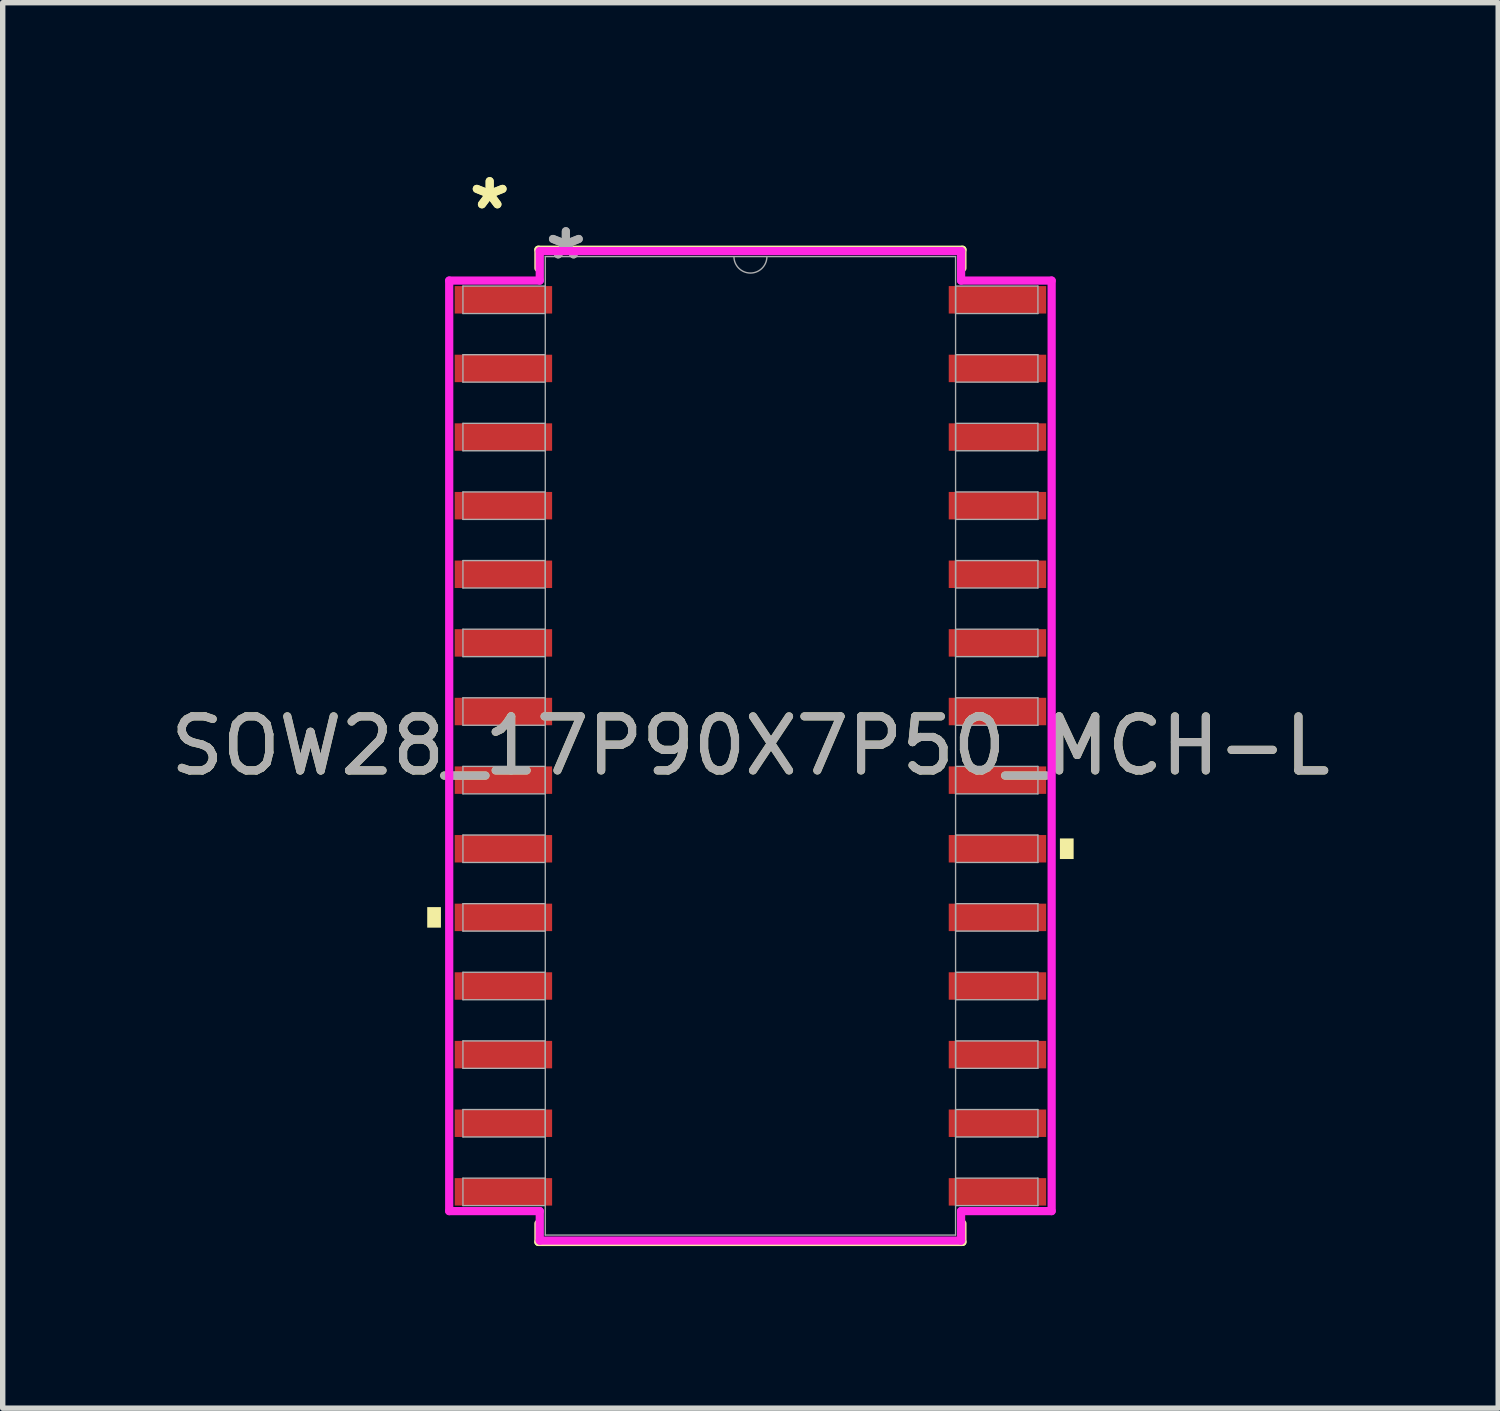
<source format=kicad_pcb>
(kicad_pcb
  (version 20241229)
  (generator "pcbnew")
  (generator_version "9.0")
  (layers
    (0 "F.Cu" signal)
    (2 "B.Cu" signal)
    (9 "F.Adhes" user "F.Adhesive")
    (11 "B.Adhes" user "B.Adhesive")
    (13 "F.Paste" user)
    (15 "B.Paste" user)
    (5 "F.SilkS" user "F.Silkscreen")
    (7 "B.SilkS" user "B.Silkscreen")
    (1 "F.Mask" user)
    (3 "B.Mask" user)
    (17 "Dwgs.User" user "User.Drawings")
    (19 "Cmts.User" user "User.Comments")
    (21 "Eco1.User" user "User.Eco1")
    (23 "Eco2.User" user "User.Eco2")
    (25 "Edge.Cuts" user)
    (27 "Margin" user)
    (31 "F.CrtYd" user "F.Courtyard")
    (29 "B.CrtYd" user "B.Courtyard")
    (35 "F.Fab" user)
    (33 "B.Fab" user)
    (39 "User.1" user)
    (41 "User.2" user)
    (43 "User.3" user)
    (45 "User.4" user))
  (footprint "SOW28_17P90X7P50_MCH-L"
    (layer "F.Cu")
    (at 10.839 10.754)
    (property "Reference" "SOW28_17P90X7P50_MCH-L" (at 0 0 0) (unlocked yes) (layer "F.SilkS") (effects (font (size 1 1) (thickness 0.15))))
    (attr smd)
    (fp_line (start -3.924 -9.182) (end -3.924 -8.842) (stroke (width 0.152) (type solid)) (layer "F.SilkS"))
    (fp_line (start -3.924 8.842) (end -3.924 9.182) (stroke (width 0.152) (type solid)) (layer "F.SilkS"))
    (fp_line (start -3.924 9.182) (end 3.924 9.182) (stroke (width 0.152) (type solid)) (layer "F.SilkS"))
    (fp_line (start 3.924 -9.182) (end -3.924 -9.182) (stroke (width 0.152) (type solid)) (layer "F.SilkS"))
    (fp_line (start 3.924 -8.842) (end 3.924 -9.182) (stroke (width 0.152) (type solid)) (layer "F.SilkS"))
    (fp_line (start 3.924 9.182) (end 3.924 8.842) (stroke (width 0.152) (type solid)) (layer "F.SilkS"))
    (fp_poly (pts (xy -5.982 2.985) (xy -5.982 3.365) (xy -5.728 3.365) (xy -5.728 2.985)) (stroke (width 0) (type solid)) (fill yes) (layer "F.SilkS"))
    (fp_poly (pts (xy 5.982 1.714) (xy 5.982 2.095) (xy 5.728 2.095) (xy 5.728 1.714)) (stroke (width 0) (type solid)) (fill yes) (layer "F.SilkS"))
    (fp_line (start -5.575 -8.611) (end -3.899 -8.611) (stroke (width 0.152) (type solid)) (layer "F.CrtYd"))
    (fp_line (start -5.575 8.611) (end -5.575 -8.611) (stroke (width 0.152) (type solid)) (layer "F.CrtYd"))
    (fp_line (start -5.575 8.611) (end -3.899 8.611) (stroke (width 0.152) (type solid)) (layer "F.CrtYd"))
    (fp_line (start -3.899 -9.157) (end 3.899 -9.157) (stroke (width 0.152) (type solid)) (layer "F.CrtYd"))
    (fp_line (start -3.899 -8.611) (end -3.899 -9.157) (stroke (width 0.152) (type solid)) (layer "F.CrtYd"))
    (fp_line (start -3.899 9.157) (end -3.899 8.611) (stroke (width 0.152) (type solid)) (layer "F.CrtYd"))
    (fp_line (start 3.899 -9.157) (end 3.899 -8.611) (stroke (width 0.152) (type solid)) (layer "F.CrtYd"))
    (fp_line (start 3.899 8.611) (end 3.899 9.157) (stroke (width 0.152) (type solid)) (layer "F.CrtYd"))
    (fp_line (start 3.899 9.157) (end -3.899 9.157) (stroke (width 0.152) (type solid)) (layer "F.CrtYd"))
    (fp_line (start 5.575 -8.611) (end 3.899 -8.611) (stroke (width 0.152) (type solid)) (layer "F.CrtYd"))
    (fp_line (start 5.575 -8.611) (end 5.575 8.611) (stroke (width 0.152) (type solid)) (layer "F.CrtYd"))
    (fp_line (start 5.575 8.611) (end 3.899 8.611) (stroke (width 0.152) (type solid)) (layer "F.CrtYd"))
    (fp_line (start -5.321 -8.509) (end -5.321 -8.001) (stroke (width 0.025) (type solid)) (layer "F.Fab"))
    (fp_line (start -5.321 -8.001) (end -3.797 -8.001) (stroke (width 0.025) (type solid)) (layer "F.Fab"))
    (fp_line (start -5.321 -7.239) (end -5.321 -6.731) (stroke (width 0.025) (type solid)) (layer "F.Fab"))
    (fp_line (start -5.321 -6.731) (end -3.797 -6.731) (stroke (width 0.025) (type solid)) (layer "F.Fab"))
    (fp_line (start -5.321 -5.969) (end -5.321 -5.461) (stroke (width 0.025) (type solid)) (layer "F.Fab"))
    (fp_line (start -5.321 -5.461) (end -3.797 -5.461) (stroke (width 0.025) (type solid)) (layer "F.Fab"))
    (fp_line (start -5.321 -4.699) (end -5.321 -4.191) (stroke (width 0.025) (type solid)) (layer "F.Fab"))
    (fp_line (start -5.321 -4.191) (end -3.797 -4.191) (stroke (width 0.025) (type solid)) (layer "F.Fab"))
    (fp_line (start -5.321 -3.429) (end -5.321 -2.921) (stroke (width 0.025) (type solid)) (layer "F.Fab"))
    (fp_line (start -5.321 -2.921) (end -3.797 -2.921) (stroke (width 0.025) (type solid)) (layer "F.Fab"))
    (fp_line (start -5.321 -2.159) (end -5.321 -1.651) (stroke (width 0.025) (type solid)) (layer "F.Fab"))
    (fp_line (start -5.321 -1.651) (end -3.797 -1.651) (stroke (width 0.025) (type solid)) (layer "F.Fab"))
    (fp_line (start -5.321 -0.889) (end -5.321 -0.381) (stroke (width 0.025) (type solid)) (layer "F.Fab"))
    (fp_line (start -5.321 -0.381) (end -3.797 -0.381) (stroke (width 0.025) (type solid)) (layer "F.Fab"))
    (fp_line (start -5.321 0.381) (end -5.321 0.889) (stroke (width 0.025) (type solid)) (layer "F.Fab"))
    (fp_line (start -5.321 0.889) (end -3.797 0.889) (stroke (width 0.025) (type solid)) (layer "F.Fab"))
    (fp_line (start -5.321 1.651) (end -5.321 2.159) (stroke (width 0.025) (type solid)) (layer "F.Fab"))
    (fp_line (start -5.321 2.159) (end -3.797 2.159) (stroke (width 0.025) (type solid)) (layer "F.Fab"))
    (fp_line (start -5.321 2.921) (end -5.321 3.429) (stroke (width 0.025) (type solid)) (layer "F.Fab"))
    (fp_line (start -5.321 3.429) (end -3.797 3.429) (stroke (width 0.025) (type solid)) (layer "F.Fab"))
    (fp_line (start -5.321 4.191) (end -5.321 4.699) (stroke (width 0.025) (type solid)) (layer "F.Fab"))
    (fp_line (start -5.321 4.699) (end -3.797 4.699) (stroke (width 0.025) (type solid)) (layer "F.Fab"))
    (fp_line (start -5.321 5.461) (end -5.321 5.969) (stroke (width 0.025) (type solid)) (layer "F.Fab"))
    (fp_line (start -5.321 5.969) (end -3.797 5.969) (stroke (width 0.025) (type solid)) (layer "F.Fab"))
    (fp_line (start -5.321 6.731) (end -5.321 7.239) (stroke (width 0.025) (type solid)) (layer "F.Fab"))
    (fp_line (start -5.321 7.239) (end -3.797 7.239) (stroke (width 0.025) (type solid)) (layer "F.Fab"))
    (fp_line (start -5.321 8.001) (end -5.321 8.509) (stroke (width 0.025) (type solid)) (layer "F.Fab"))
    (fp_line (start -5.321 8.509) (end -3.797 8.509) (stroke (width 0.025) (type solid)) (layer "F.Fab"))
    (fp_line (start -3.797 -9.055) (end -3.797 9.055) (stroke (width 0.025) (type solid)) (layer "F.Fab"))
    (fp_line (start -3.797 -8.509) (end -5.321 -8.509) (stroke (width 0.025) (type solid)) (layer "F.Fab"))
    (fp_line (start -3.797 -8.001) (end -3.797 -8.509) (stroke (width 0.025) (type solid)) (layer "F.Fab"))
    (fp_line (start -3.797 -7.239) (end -5.321 -7.239) (stroke (width 0.025) (type solid)) (layer "F.Fab"))
    (fp_line (start -3.797 -6.731) (end -3.797 -7.239) (stroke (width 0.025) (type solid)) (layer "F.Fab"))
    (fp_line (start -3.797 -5.969) (end -5.321 -5.969) (stroke (width 0.025) (type solid)) (layer "F.Fab"))
    (fp_line (start -3.797 -5.461) (end -3.797 -5.969) (stroke (width 0.025) (type solid)) (layer "F.Fab"))
    (fp_line (start -3.797 -4.699) (end -5.321 -4.699) (stroke (width 0.025) (type solid)) (layer "F.Fab"))
    (fp_line (start -3.797 -4.191) (end -3.797 -4.699) (stroke (width 0.025) (type solid)) (layer "F.Fab"))
    (fp_line (start -3.797 -3.429) (end -5.321 -3.429) (stroke (width 0.025) (type solid)) (layer "F.Fab"))
    (fp_line (start -3.797 -2.921) (end -3.797 -3.429) (stroke (width 0.025) (type solid)) (layer "F.Fab"))
    (fp_line (start -3.797 -2.159) (end -5.321 -2.159) (stroke (width 0.025) (type solid)) (layer "F.Fab"))
    (fp_line (start -3.797 -1.651) (end -3.797 -2.159) (stroke (width 0.025) (type solid)) (layer "F.Fab"))
    (fp_line (start -3.797 -0.889) (end -5.321 -0.889) (stroke (width 0.025) (type solid)) (layer "F.Fab"))
    (fp_line (start -3.797 -0.381) (end -3.797 -0.889) (stroke (width 0.025) (type solid)) (layer "F.Fab"))
    (fp_line (start -3.797 0.381) (end -5.321 0.381) (stroke (width 0.025) (type solid)) (layer "F.Fab"))
    (fp_line (start -3.797 0.889) (end -3.797 0.381) (stroke (width 0.025) (type solid)) (layer "F.Fab"))
    (fp_line (start -3.797 1.651) (end -5.321 1.651) (stroke (width 0.025) (type solid)) (layer "F.Fab"))
    (fp_line (start -3.797 2.159) (end -3.797 1.651) (stroke (width 0.025) (type solid)) (layer "F.Fab"))
    (fp_line (start -3.797 2.921) (end -5.321 2.921) (stroke (width 0.025) (type solid)) (layer "F.Fab"))
    (fp_line (start -3.797 3.429) (end -3.797 2.921) (stroke (width 0.025) (type solid)) (layer "F.Fab"))
    (fp_line (start -3.797 4.191) (end -5.321 4.191) (stroke (width 0.025) (type solid)) (layer "F.Fab"))
    (fp_line (start -3.797 4.699) (end -3.797 4.191) (stroke (width 0.025) (type solid)) (layer "F.Fab"))
    (fp_line (start -3.797 5.461) (end -5.321 5.461) (stroke (width 0.025) (type solid)) (layer "F.Fab"))
    (fp_line (start -3.797 5.969) (end -3.797 5.461) (stroke (width 0.025) (type solid)) (layer "F.Fab"))
    (fp_line (start -3.797 6.731) (end -5.321 6.731) (stroke (width 0.025) (type solid)) (layer "F.Fab"))
    (fp_line (start -3.797 7.239) (end -3.797 6.731) (stroke (width 0.025) (type solid)) (layer "F.Fab"))
    (fp_line (start -3.797 8.001) (end -5.321 8.001) (stroke (width 0.025) (type solid)) (layer "F.Fab"))
    (fp_line (start -3.797 8.509) (end -3.797 8.001) (stroke (width 0.025) (type solid)) (layer "F.Fab"))
    (fp_line (start -3.797 9.055) (end 3.797 9.055) (stroke (width 0.025) (type solid)) (layer "F.Fab"))
    (fp_line (start 3.797 -9.055) (end -3.797 -9.055) (stroke (width 0.025) (type solid)) (layer "F.Fab"))
    (fp_line (start 3.797 -8.509) (end 3.797 -8.001) (stroke (width 0.025) (type solid)) (layer "F.Fab"))
    (fp_line (start 3.797 -8.001) (end 5.321 -8.001) (stroke (width 0.025) (type solid)) (layer "F.Fab"))
    (fp_line (start 3.797 -7.239) (end 3.797 -6.731) (stroke (width 0.025) (type solid)) (layer "F.Fab"))
    (fp_line (start 3.797 -6.731) (end 5.321 -6.731) (stroke (width 0.025) (type solid)) (layer "F.Fab"))
    (fp_line (start 3.797 -5.969) (end 3.797 -5.461) (stroke (width 0.025) (type solid)) (layer "F.Fab"))
    (fp_line (start 3.797 -5.461) (end 5.321 -5.461) (stroke (width 0.025) (type solid)) (layer "F.Fab"))
    (fp_line (start 3.797 -4.699) (end 3.797 -4.191) (stroke (width 0.025) (type solid)) (layer "F.Fab"))
    (fp_line (start 3.797 -4.191) (end 5.321 -4.191) (stroke (width 0.025) (type solid)) (layer "F.Fab"))
    (fp_line (start 3.797 -3.429) (end 3.797 -2.921) (stroke (width 0.025) (type solid)) (layer "F.Fab"))
    (fp_line (start 3.797 -2.921) (end 5.321 -2.921) (stroke (width 0.025) (type solid)) (layer "F.Fab"))
    (fp_line (start 3.797 -2.159) (end 3.797 -1.651) (stroke (width 0.025) (type solid)) (layer "F.Fab"))
    (fp_line (start 3.797 -1.651) (end 5.321 -1.651) (stroke (width 0.025) (type solid)) (layer "F.Fab"))
    (fp_line (start 3.797 -0.889) (end 3.797 -0.381) (stroke (width 0.025) (type solid)) (layer "F.Fab"))
    (fp_line (start 3.797 -0.381) (end 5.321 -0.381) (stroke (width 0.025) (type solid)) (layer "F.Fab"))
    (fp_line (start 3.797 0.381) (end 3.797 0.889) (stroke (width 0.025) (type solid)) (layer "F.Fab"))
    (fp_line (start 3.797 0.889) (end 5.321 0.889) (stroke (width 0.025) (type solid)) (layer "F.Fab"))
    (fp_line (start 3.797 1.651) (end 3.797 2.159) (stroke (width 0.025) (type solid)) (layer "F.Fab"))
    (fp_line (start 3.797 2.159) (end 5.321 2.159) (stroke (width 0.025) (type solid)) (layer "F.Fab"))
    (fp_line (start 3.797 2.921) (end 3.797 3.429) (stroke (width 0.025) (type solid)) (layer "F.Fab"))
    (fp_line (start 3.797 3.429) (end 5.321 3.429) (stroke (width 0.025) (type solid)) (layer "F.Fab"))
    (fp_line (start 3.797 4.191) (end 3.797 4.699) (stroke (width 0.025) (type solid)) (layer "F.Fab"))
    (fp_line (start 3.797 4.699) (end 5.321 4.699) (stroke (width 0.025) (type solid)) (layer "F.Fab"))
    (fp_line (start 3.797 5.461) (end 3.797 5.969) (stroke (width 0.025) (type solid)) (layer "F.Fab"))
    (fp_line (start 3.797 5.969) (end 5.321 5.969) (stroke (width 0.025) (type solid)) (layer "F.Fab"))
    (fp_line (start 3.797 6.731) (end 3.797 7.239) (stroke (width 0.025) (type solid)) (layer "F.Fab"))
    (fp_line (start 3.797 7.239) (end 5.321 7.239) (stroke (width 0.025) (type solid)) (layer "F.Fab"))
    (fp_line (start 3.797 8.001) (end 3.797 8.509) (stroke (width 0.025) (type solid)) (layer "F.Fab"))
    (fp_line (start 3.797 8.509) (end 5.321 8.509) (stroke (width 0.025) (type solid)) (layer "F.Fab"))
    (fp_line (start 3.797 9.055) (end 3.797 -9.055) (stroke (width 0.025) (type solid)) (layer "F.Fab"))
    (fp_line (start 5.321 -8.509) (end 3.797 -8.509) (stroke (width 0.025) (type solid)) (layer "F.Fab"))
    (fp_line (start 5.321 -8.001) (end 5.321 -8.509) (stroke (width 0.025) (type solid)) (layer "F.Fab"))
    (fp_line (start 5.321 -7.239) (end 3.797 -7.239) (stroke (width 0.025) (type solid)) (layer "F.Fab"))
    (fp_line (start 5.321 -6.731) (end 5.321 -7.239) (stroke (width 0.025) (type solid)) (layer "F.Fab"))
    (fp_line (start 5.321 -5.969) (end 3.797 -5.969) (stroke (width 0.025) (type solid)) (layer "F.Fab"))
    (fp_line (start 5.321 -5.461) (end 5.321 -5.969) (stroke (width 0.025) (type solid)) (layer "F.Fab"))
    (fp_line (start 5.321 -4.699) (end 3.797 -4.699) (stroke (width 0.025) (type solid)) (layer "F.Fab"))
    (fp_line (start 5.321 -4.191) (end 5.321 -4.699) (stroke (width 0.025) (type solid)) (layer "F.Fab"))
    (fp_line (start 5.321 -3.429) (end 3.797 -3.429) (stroke (width 0.025) (type solid)) (layer "F.Fab"))
    (fp_line (start 5.321 -2.921) (end 5.321 -3.429) (stroke (width 0.025) (type solid)) (layer "F.Fab"))
    (fp_line (start 5.321 -2.159) (end 3.797 -2.159) (stroke (width 0.025) (type solid)) (layer "F.Fab"))
    (fp_line (start 5.321 -1.651) (end 5.321 -2.159) (stroke (width 0.025) (type solid)) (layer "F.Fab"))
    (fp_line (start 5.321 -0.889) (end 3.797 -0.889) (stroke (width 0.025) (type solid)) (layer "F.Fab"))
    (fp_line (start 5.321 -0.381) (end 5.321 -0.889) (stroke (width 0.025) (type solid)) (layer "F.Fab"))
    (fp_line (start 5.321 0.381) (end 3.797 0.381) (stroke (width 0.025) (type solid)) (layer "F.Fab"))
    (fp_line (start 5.321 0.889) (end 5.321 0.381) (stroke (width 0.025) (type solid)) (layer "F.Fab"))
    (fp_line (start 5.321 1.651) (end 3.797 1.651) (stroke (width 0.025) (type solid)) (layer "F.Fab"))
    (fp_line (start 5.321 2.159) (end 5.321 1.651) (stroke (width 0.025) (type solid)) (layer "F.Fab"))
    (fp_line (start 5.321 2.921) (end 3.797 2.921) (stroke (width 0.025) (type solid)) (layer "F.Fab"))
    (fp_line (start 5.321 3.429) (end 5.321 2.921) (stroke (width 0.025) (type solid)) (layer "F.Fab"))
    (fp_line (start 5.321 4.191) (end 3.797 4.191) (stroke (width 0.025) (type solid)) (layer "F.Fab"))
    (fp_line (start 5.321 4.699) (end 5.321 4.191) (stroke (width 0.025) (type solid)) (layer "F.Fab"))
    (fp_line (start 5.321 5.461) (end 3.797 5.461) (stroke (width 0.025) (type solid)) (layer "F.Fab"))
    (fp_line (start 5.321 5.969) (end 5.321 5.461) (stroke (width 0.025) (type solid)) (layer "F.Fab"))
    (fp_line (start 5.321 6.731) (end 3.797 6.731) (stroke (width 0.025) (type solid)) (layer "F.Fab"))
    (fp_line (start 5.321 7.239) (end 5.321 6.731) (stroke (width 0.025) (type solid)) (layer "F.Fab"))
    (fp_line (start 5.321 8.001) (end 3.797 8.001) (stroke (width 0.025) (type solid)) (layer "F.Fab"))
    (fp_line (start 5.321 8.509) (end 5.321 8.001) (stroke (width 0.025) (type solid)) (layer "F.Fab"))
    (fp_arc (start 0.3048 -9.0551) (mid 0 -8.7503) (end -0.3048 -9.0551) (stroke (width 0.0254) (type solid)) (layer "F.Fab"))
    (fp_text user "*" (at -4.826 -9.906 0) (layer "F.SilkS") (effects (font (size 1 1) (thickness 0.15))))
    (fp_text user "*" (at -4.826 -9.906 0) (unlocked yes) (layer "F.SilkS") (effects (font (size 1 1) (thickness 0.15))))
    (fp_text user "${REFERENCE}" (at 0 0 0) (unlocked yes) (layer "F.Fab") (effects (font (size 1 1) (thickness 0.15))))
    (fp_text user "*" (at -3.416 -8.979 0) (layer "F.Fab") (effects (font (size 1 1) (thickness 0.15))))
    (fp_text user "*" (at -3.416 -8.979 0) (unlocked yes) (layer "F.Fab") (effects (font (size 1 1) (thickness 0.15))))
    (pad "1" smd rect (at -4.572 -8.255) (size 1.803 0.508) (layers "F.Cu" "F.Mask" "F.Paste"))
    (pad "2" smd rect (at -4.572 -6.985) (size 1.803 0.508) (layers "F.Cu" "F.Mask" "F.Paste"))
    (pad "3" smd rect (at -4.572 -5.715) (size 1.803 0.508) (layers "F.Cu" "F.Mask" "F.Paste"))
    (pad "4" smd rect (at -4.572 -4.445) (size 1.803 0.508) (layers "F.Cu" "F.Mask" "F.Paste"))
    (pad "5" smd rect (at -4.572 -3.175) (size 1.803 0.508) (layers "F.Cu" "F.Mask" "F.Paste"))
    (pad "6" smd rect (at -4.572 -1.905) (size 1.803 0.508) (layers "F.Cu" "F.Mask" "F.Paste"))
    (pad "7" smd rect (at -4.572 -0.635) (size 1.803 0.508) (layers "F.Cu" "F.Mask" "F.Paste"))
    (pad "8" smd rect (at -4.572 0.635) (size 1.803 0.508) (layers "F.Cu" "F.Mask" "F.Paste"))
    (pad "9" smd rect (at -4.572 1.905) (size 1.803 0.508) (layers "F.Cu" "F.Mask" "F.Paste"))
    (pad "10" smd rect (at -4.572 3.175) (size 1.803 0.508) (layers "F.Cu" "F.Mask" "F.Paste"))
    (pad "11" smd rect (at -4.572 4.445) (size 1.803 0.508) (layers "F.Cu" "F.Mask" "F.Paste"))
    (pad "12" smd rect (at -4.572 5.715) (size 1.803 0.508) (layers "F.Cu" "F.Mask" "F.Paste"))
    (pad "13" smd rect (at -4.572 6.985) (size 1.803 0.508) (layers "F.Cu" "F.Mask" "F.Paste"))
    (pad "14" smd rect (at -4.572 8.255) (size 1.803 0.508) (layers "F.Cu" "F.Mask" "F.Paste"))
    (pad "15" smd rect (at 4.572 8.255) (size 1.803 0.508) (layers "F.Cu" "F.Mask" "F.Paste"))
    (pad "16" smd rect (at 4.572 6.985) (size 1.803 0.508) (layers "F.Cu" "F.Mask" "F.Paste"))
    (pad "17" smd rect (at 4.572 5.715) (size 1.803 0.508) (layers "F.Cu" "F.Mask" "F.Paste"))
    (pad "18" smd rect (at 4.572 4.445) (size 1.803 0.508) (layers "F.Cu" "F.Mask" "F.Paste"))
    (pad "19" smd rect (at 4.572 3.175) (size 1.803 0.508) (layers "F.Cu" "F.Mask" "F.Paste"))
    (pad "20" smd rect (at 4.572 1.905) (size 1.803 0.508) (layers "F.Cu" "F.Mask" "F.Paste"))
    (pad "21" smd rect (at 4.572 0.635) (size 1.803 0.508) (layers "F.Cu" "F.Mask" "F.Paste"))
    (pad "22" smd rect (at 4.572 -0.635) (size 1.803 0.508) (layers "F.Cu" "F.Mask" "F.Paste"))
    (pad "23" smd rect (at 4.572 -1.905) (size 1.803 0.508) (layers "F.Cu" "F.Mask" "F.Paste"))
    (pad "24" smd rect (at 4.572 -3.175) (size 1.803 0.508) (layers "F.Cu" "F.Mask" "F.Paste"))
    (pad "25" smd rect (at 4.572 -4.445) (size 1.803 0.508) (layers "F.Cu" "F.Mask" "F.Paste"))
    (pad "26" smd rect (at 4.572 -5.715) (size 1.803 0.508) (layers "F.Cu" "F.Mask" "F.Paste"))
    (pad "27" smd rect (at 4.572 -6.985) (size 1.803 0.508) (layers "F.Cu" "F.Mask" "F.Paste"))
    (pad "28" smd rect (at 4.572 -8.255) (size 1.803 0.508) (layers "F.Cu" "F.Mask" "F.Paste")))
  (gr_rect
    (start -3 -3)
    (end 24.679 23.013)
    (stroke (width 0.1) (type default))
    (fill no)
    (layer "Edge.Cuts")))
</source>
